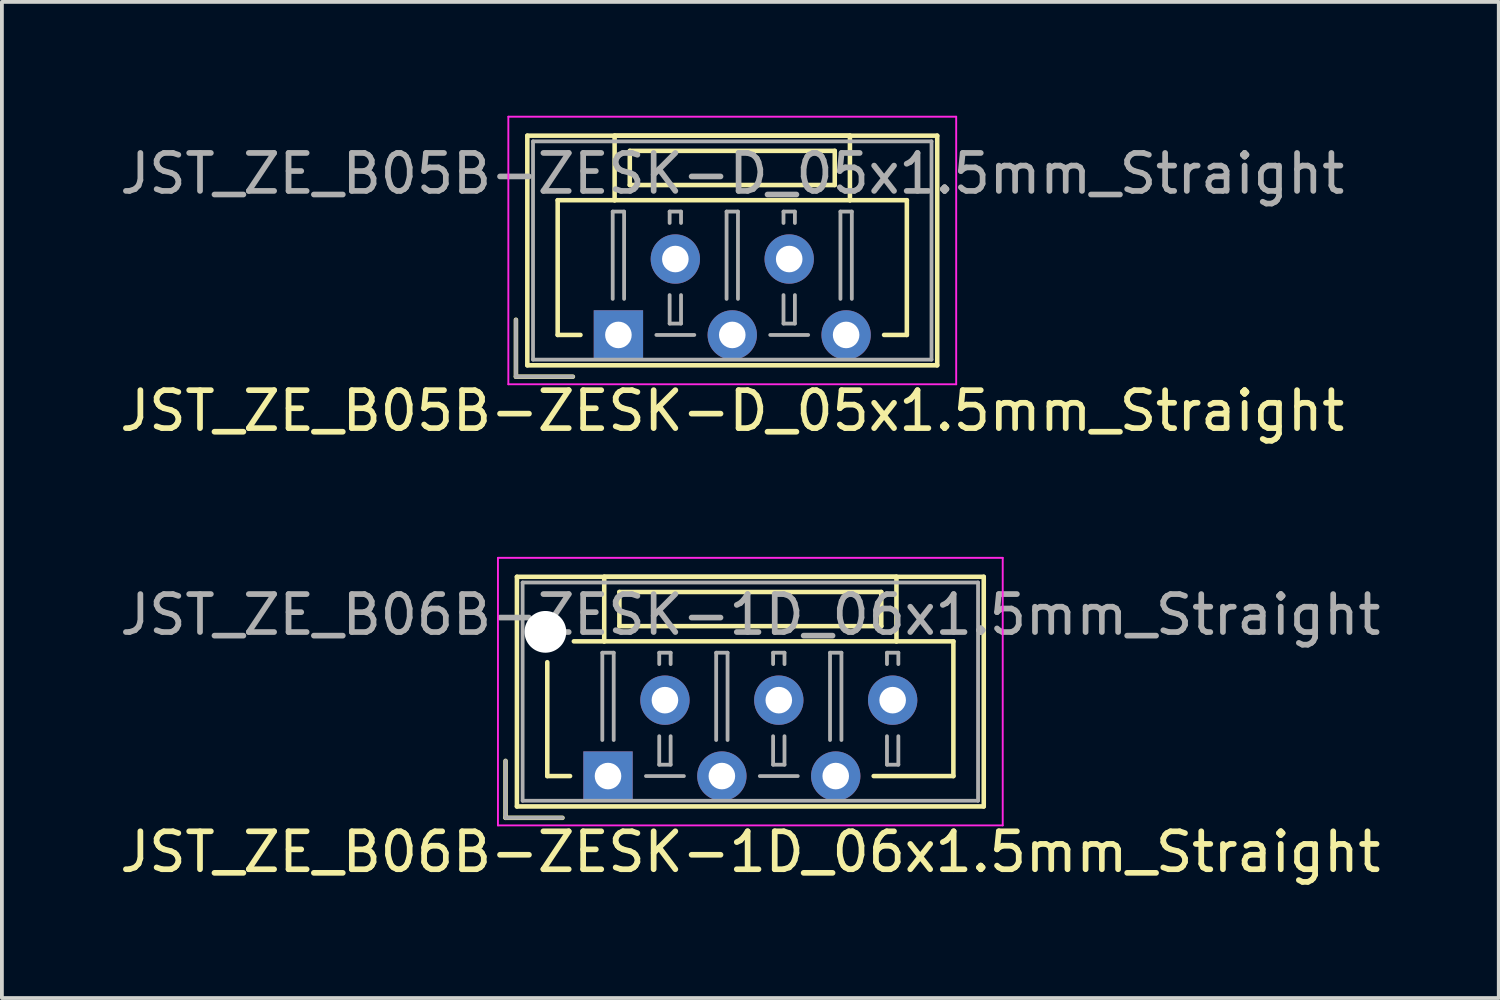
<source format=kicad_pcb>
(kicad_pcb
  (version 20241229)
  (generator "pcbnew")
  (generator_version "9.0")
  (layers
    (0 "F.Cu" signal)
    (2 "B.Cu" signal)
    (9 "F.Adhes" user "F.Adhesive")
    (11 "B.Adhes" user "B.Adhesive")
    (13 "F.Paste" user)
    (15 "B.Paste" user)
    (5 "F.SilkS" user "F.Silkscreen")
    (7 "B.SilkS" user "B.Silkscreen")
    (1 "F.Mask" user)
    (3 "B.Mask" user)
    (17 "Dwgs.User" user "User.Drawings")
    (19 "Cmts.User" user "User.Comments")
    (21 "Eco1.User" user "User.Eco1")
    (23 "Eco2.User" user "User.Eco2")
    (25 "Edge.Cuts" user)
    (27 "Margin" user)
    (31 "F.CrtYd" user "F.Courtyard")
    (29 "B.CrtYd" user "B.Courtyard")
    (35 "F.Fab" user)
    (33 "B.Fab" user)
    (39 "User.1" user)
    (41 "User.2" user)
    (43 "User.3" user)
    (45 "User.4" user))
  (footprint "JST_ZE_B06B-ZESK-1D_06x1.5mm_Straight"
    (layer "F.Cu")
    (at 12.97 17.398)
    (property "Reference" "JST_ZE_B06B-ZESK-1D_06x1.5mm_Straight" (at 3.75 2 0) (layer "F.SilkS") (effects (font (size 1 1) (thickness 0.15))))
    (attr through_hole)
    (fp_line (start -2.7 -0.4) (end -2.7 1.1) (stroke (width 0.12) (type solid)) (layer "F.SilkS"))
    (fp_line (start -2.7 1.1) (end -1.2 1.1) (stroke (width 0.12) (type solid)) (layer "F.SilkS"))
    (fp_line (start -2.4 -5.25) (end -2.4 0.8) (stroke (width 0.12) (type solid)) (layer "F.SilkS"))
    (fp_line (start -2.4 0.8) (end 9.9 0.8) (stroke (width 0.12) (type solid)) (layer "F.SilkS"))
    (fp_line (start -1.6 -3) (end -1.6 0) (stroke (width 0.12) (type solid)) (layer "F.SilkS"))
    (fp_line (start -1.6 0) (end -1 0) (stroke (width 0.12) (type solid)) (layer "F.SilkS"))
    (fp_line (start -0.1 -5.25) (end -0.1 -3.55) (stroke (width 0.12) (type solid)) (layer "F.SilkS"))
    (fp_line (start -0.1 -3.55) (end -0.9 -3.55) (stroke (width 0.12) (type solid)) (layer "F.SilkS"))
    (fp_line (start -0.1 -3.55) (end 7.6 -3.55) (stroke (width 0.12) (type solid)) (layer "F.SilkS"))
    (fp_line (start 0.3 -4.85) (end 0.3 -3.95) (stroke (width 0.12) (type solid)) (layer "F.SilkS"))
    (fp_line (start 0.3 -3.95) (end 7.2 -3.95) (stroke (width 0.12) (type solid)) (layer "F.SilkS"))
    (fp_line (start 7.2 -4.85) (end 0.3 -4.85) (stroke (width 0.12) (type solid)) (layer "F.SilkS"))
    (fp_line (start 7.2 -3.95) (end 7.2 -4.85) (stroke (width 0.12) (type solid)) (layer "F.SilkS"))
    (fp_line (start 7.6 -5.25) (end -0.1 -5.25) (stroke (width 0.12) (type solid)) (layer "F.SilkS"))
    (fp_line (start 7.6 -3.55) (end 7.6 -5.25) (stroke (width 0.12) (type solid)) (layer "F.SilkS"))
    (fp_line (start 7.6 -3.55) (end 9.1 -3.55) (stroke (width 0.12) (type solid)) (layer "F.SilkS"))
    (fp_line (start 9.1 -3.55) (end 9.1 0) (stroke (width 0.12) (type solid)) (layer "F.SilkS"))
    (fp_line (start 9.1 0) (end 7 0) (stroke (width 0.12) (type solid)) (layer "F.SilkS"))
    (fp_line (start 9.9 -5.25) (end -2.4 -5.25) (stroke (width 0.12) (type solid)) (layer "F.SilkS"))
    (fp_line (start 9.9 0.8) (end 9.9 -5.25) (stroke (width 0.12) (type solid)) (layer "F.SilkS"))
    (fp_line (start -2.9 -5.75) (end -2.9 1.3) (stroke (width 0.05) (type solid)) (layer "F.CrtYd"))
    (fp_line (start -2.9 1.3) (end 10.4 1.3) (stroke (width 0.05) (type solid)) (layer "F.CrtYd"))
    (fp_line (start 10.4 -5.75) (end -2.9 -5.75) (stroke (width 0.05) (type solid)) (layer "F.CrtYd"))
    (fp_line (start 10.4 1.3) (end 10.4 -5.75) (stroke (width 0.05) (type solid)) (layer "F.CrtYd"))
    (fp_line (start -2.7 -0.4) (end -2.7 1.1) (stroke (width 0.1) (type solid)) (layer "F.Fab"))
    (fp_line (start -2.7 1.1) (end -1.2 1.1) (stroke (width 0.1) (type solid)) (layer "F.Fab"))
    (fp_line (start -2.25 -5.1) (end -2.25 0.65) (stroke (width 0.1) (type solid)) (layer "F.Fab"))
    (fp_line (start -2.25 0.65) (end 9.75 0.65) (stroke (width 0.1) (type solid)) (layer "F.Fab"))
    (fp_line (start -0.15 -3.25) (end 0.15 -3.25) (stroke (width 0.1) (type solid)) (layer "F.Fab"))
    (fp_line (start -0.15 -0.95) (end -0.15 -3.25) (stroke (width 0.1) (type solid)) (layer "F.Fab"))
    (fp_line (start 0.15 -3.25) (end 0.15 -0.95) (stroke (width 0.1) (type solid)) (layer "F.Fab"))
    (fp_line (start 1 0) (end 2 0) (stroke (width 0.1) (type solid)) (layer "F.Fab"))
    (fp_line (start 1.35 -3.25) (end 1.65 -3.25) (stroke (width 0.1) (type solid)) (layer "F.Fab"))
    (fp_line (start 1.35 -2.95) (end 1.35 -3.25) (stroke (width 0.1) (type solid)) (layer "F.Fab"))
    (fp_line (start 1.35 -1.05) (end 1.35 -0.3) (stroke (width 0.1) (type solid)) (layer "F.Fab"))
    (fp_line (start 1.35 -0.3) (end 1.65 -0.3) (stroke (width 0.1) (type solid)) (layer "F.Fab"))
    (fp_line (start 1.65 -3.25) (end 1.65 -2.95) (stroke (width 0.1) (type solid)) (layer "F.Fab"))
    (fp_line (start 1.65 -0.3) (end 1.65 -1.05) (stroke (width 0.1) (type solid)) (layer "F.Fab"))
    (fp_line (start 2.85 -3.25) (end 3.15 -3.25) (stroke (width 0.1) (type solid)) (layer "F.Fab"))
    (fp_line (start 2.85 -0.95) (end 2.85 -3.25) (stroke (width 0.1) (type solid)) (layer "F.Fab"))
    (fp_line (start 3.15 -3.25) (end 3.15 -0.95) (stroke (width 0.1) (type solid)) (layer "F.Fab"))
    (fp_line (start 4 0) (end 5 0) (stroke (width 0.1) (type solid)) (layer "F.Fab"))
    (fp_line (start 4.35 -3.25) (end 4.65 -3.25) (stroke (width 0.1) (type solid)) (layer "F.Fab"))
    (fp_line (start 4.35 -2.95) (end 4.35 -3.25) (stroke (width 0.1) (type solid)) (layer "F.Fab"))
    (fp_line (start 4.35 -1.05) (end 4.35 -0.3) (stroke (width 0.1) (type solid)) (layer "F.Fab"))
    (fp_line (start 4.35 -0.3) (end 4.65 -0.3) (stroke (width 0.1) (type solid)) (layer "F.Fab"))
    (fp_line (start 4.65 -3.25) (end 4.65 -2.95) (stroke (width 0.1) (type solid)) (layer "F.Fab"))
    (fp_line (start 4.65 -0.3) (end 4.65 -1.05) (stroke (width 0.1) (type solid)) (layer "F.Fab"))
    (fp_line (start 5.85 -3.25) (end 6.15 -3.25) (stroke (width 0.1) (type solid)) (layer "F.Fab"))
    (fp_line (start 5.85 -0.95) (end 5.85 -3.25) (stroke (width 0.1) (type solid)) (layer "F.Fab"))
    (fp_line (start 6.15 -3.25) (end 6.15 -0.95) (stroke (width 0.1) (type solid)) (layer "F.Fab"))
    (fp_line (start 7.35 -3.25) (end 7.65 -3.25) (stroke (width 0.1) (type solid)) (layer "F.Fab"))
    (fp_line (start 7.35 -2.95) (end 7.35 -3.25) (stroke (width 0.1) (type solid)) (layer "F.Fab"))
    (fp_line (start 7.35 -1.05) (end 7.35 -0.3) (stroke (width 0.1) (type solid)) (layer "F.Fab"))
    (fp_line (start 7.35 -0.3) (end 7.65 -0.3) (stroke (width 0.1) (type solid)) (layer "F.Fab"))
    (fp_line (start 7.65 -3.25) (end 7.65 -2.95) (stroke (width 0.1) (type solid)) (layer "F.Fab"))
    (fp_line (start 7.65 -0.3) (end 7.65 -1.05) (stroke (width 0.1) (type solid)) (layer "F.Fab"))
    (fp_line (start 9.75 -5.1) (end -2.25 -5.1) (stroke (width 0.1) (type solid)) (layer "F.Fab"))
    (fp_line (start 9.75 0.65) (end 9.75 -5.1) (stroke (width 0.1) (type solid)) (layer "F.Fab"))
    (fp_text user "${REFERENCE}" (at 3.75 -4.25 0) (layer "F.Fab") (effects (font (size 1 1) (thickness 0.15))))
    (pad "" np_thru_hole circle (at -1.65 -3.8) (size 1.1 1.1) (drill 1.1) (layers "*.Cu"))
    (pad "1" thru_hole rect (at 0 0) (size 1.3 1.3) (drill 0.7) (layers "*.Cu" "*.Mask"))
    (pad "2" thru_hole circle (at 1.5 -2) (size 1.3 1.3) (drill 0.7) (layers "*.Cu" "*.Mask"))
    (pad "3" thru_hole circle (at 3 0) (size 1.3 1.3) (drill 0.7) (layers "*.Cu" "*.Mask"))
    (pad "4" thru_hole circle (at 4.5 -2) (size 1.3 1.3) (drill 0.7) (layers "*.Cu" "*.Mask"))
    (pad "5" thru_hole circle (at 6 0) (size 1.3 1.3) (drill 0.7) (layers "*.Cu" "*.Mask"))
    (pad "6" thru_hole circle (at 7.5 -2) (size 1.3 1.3) (drill 0.7) (layers "*.Cu" "*.Mask")))
  (footprint "JST_ZE_B05B-ZESK-D_05x1.5mm_Straight"
    (layer "F.Cu")
    (at 13.244 5.775)
    (property "Reference" "JST_ZE_B05B-ZESK-D_05x1.5mm_Straight" (at 3 2 0) (layer "F.SilkS") (effects (font (size 1 1) (thickness 0.15))))
    (attr through_hole)
    (fp_line (start -2.7 -0.4) (end -2.7 1.1) (stroke (width 0.12) (type solid)) (layer "F.SilkS"))
    (fp_line (start -2.7 1.1) (end -1.2 1.1) (stroke (width 0.12) (type solid)) (layer "F.SilkS"))
    (fp_line (start -2.4 -5.25) (end -2.4 0.8) (stroke (width 0.12) (type solid)) (layer "F.SilkS"))
    (fp_line (start -2.4 0.8) (end 8.4 0.8) (stroke (width 0.12) (type solid)) (layer "F.SilkS"))
    (fp_line (start -1.6 -3.55) (end -1.6 0) (stroke (width 0.12) (type solid)) (layer "F.SilkS"))
    (fp_line (start -1.6 0) (end -1 0) (stroke (width 0.12) (type solid)) (layer "F.SilkS"))
    (fp_line (start -0.1 -5.25) (end -0.1 -3.55) (stroke (width 0.12) (type solid)) (layer "F.SilkS"))
    (fp_line (start -0.1 -3.55) (end -1.6 -3.55) (stroke (width 0.12) (type solid)) (layer "F.SilkS"))
    (fp_line (start -0.1 -3.55) (end 6.1 -3.55) (stroke (width 0.12) (type solid)) (layer "F.SilkS"))
    (fp_line (start 0.3 -4.85) (end 0.3 -3.95) (stroke (width 0.12) (type solid)) (layer "F.SilkS"))
    (fp_line (start 0.3 -3.95) (end 5.7 -3.95) (stroke (width 0.12) (type solid)) (layer "F.SilkS"))
    (fp_line (start 5.7 -4.85) (end 0.3 -4.85) (stroke (width 0.12) (type solid)) (layer "F.SilkS"))
    (fp_line (start 5.7 -3.95) (end 5.7 -4.85) (stroke (width 0.12) (type solid)) (layer "F.SilkS"))
    (fp_line (start 6.1 -5.25) (end -0.1 -5.25) (stroke (width 0.12) (type solid)) (layer "F.SilkS"))
    (fp_line (start 6.1 -3.55) (end 6.1 -5.25) (stroke (width 0.12) (type solid)) (layer "F.SilkS"))
    (fp_line (start 6.1 -3.55) (end 7.6 -3.55) (stroke (width 0.12) (type solid)) (layer "F.SilkS"))
    (fp_line (start 7.6 -3.55) (end 7.6 0) (stroke (width 0.12) (type solid)) (layer "F.SilkS"))
    (fp_line (start 7.6 0) (end 7 0) (stroke (width 0.12) (type solid)) (layer "F.SilkS"))
    (fp_line (start 8.4 -5.25) (end -2.4 -5.25) (stroke (width 0.12) (type solid)) (layer "F.SilkS"))
    (fp_line (start 8.4 0.8) (end 8.4 -5.25) (stroke (width 0.12) (type solid)) (layer "F.SilkS"))
    (fp_line (start -2.9 -5.75) (end -2.9 1.3) (stroke (width 0.05) (type solid)) (layer "F.CrtYd"))
    (fp_line (start -2.9 1.3) (end 8.9 1.3) (stroke (width 0.05) (type solid)) (layer "F.CrtYd"))
    (fp_line (start 8.9 -5.75) (end -2.9 -5.75) (stroke (width 0.05) (type solid)) (layer "F.CrtYd"))
    (fp_line (start 8.9 1.3) (end 8.9 -5.75) (stroke (width 0.05) (type solid)) (layer "F.CrtYd"))
    (fp_line (start -2.7 -0.4) (end -2.7 1.1) (stroke (width 0.1) (type solid)) (layer "F.Fab"))
    (fp_line (start -2.7 1.1) (end -1.2 1.1) (stroke (width 0.1) (type solid)) (layer "F.Fab"))
    (fp_line (start -2.25 -5.1) (end -2.25 0.65) (stroke (width 0.1) (type solid)) (layer "F.Fab"))
    (fp_line (start -2.25 0.65) (end 8.25 0.65) (stroke (width 0.1) (type solid)) (layer "F.Fab"))
    (fp_line (start -0.15 -3.25) (end 0.15 -3.25) (stroke (width 0.1) (type solid)) (layer "F.Fab"))
    (fp_line (start -0.15 -0.95) (end -0.15 -3.25) (stroke (width 0.1) (type solid)) (layer "F.Fab"))
    (fp_line (start 0.15 -3.25) (end 0.15 -0.95) (stroke (width 0.1) (type solid)) (layer "F.Fab"))
    (fp_line (start 1 0) (end 2 0) (stroke (width 0.1) (type solid)) (layer "F.Fab"))
    (fp_line (start 1.35 -3.25) (end 1.65 -3.25) (stroke (width 0.1) (type solid)) (layer "F.Fab"))
    (fp_line (start 1.35 -2.95) (end 1.35 -3.25) (stroke (width 0.1) (type solid)) (layer "F.Fab"))
    (fp_line (start 1.35 -1.05) (end 1.35 -0.3) (stroke (width 0.1) (type solid)) (layer "F.Fab"))
    (fp_line (start 1.35 -0.3) (end 1.65 -0.3) (stroke (width 0.1) (type solid)) (layer "F.Fab"))
    (fp_line (start 1.65 -3.25) (end 1.65 -2.95) (stroke (width 0.1) (type solid)) (layer "F.Fab"))
    (fp_line (start 1.65 -0.3) (end 1.65 -1.05) (stroke (width 0.1) (type solid)) (layer "F.Fab"))
    (fp_line (start 2.85 -3.25) (end 3.15 -3.25) (stroke (width 0.1) (type solid)) (layer "F.Fab"))
    (fp_line (start 2.85 -0.95) (end 2.85 -3.25) (stroke (width 0.1) (type solid)) (layer "F.Fab"))
    (fp_line (start 3.15 -3.25) (end 3.15 -0.95) (stroke (width 0.1) (type solid)) (layer "F.Fab"))
    (fp_line (start 4 0) (end 5 0) (stroke (width 0.1) (type solid)) (layer "F.Fab"))
    (fp_line (start 4.35 -3.25) (end 4.65 -3.25) (stroke (width 0.1) (type solid)) (layer "F.Fab"))
    (fp_line (start 4.35 -2.95) (end 4.35 -3.25) (stroke (width 0.1) (type solid)) (layer "F.Fab"))
    (fp_line (start 4.35 -1.05) (end 4.35 -0.3) (stroke (width 0.1) (type solid)) (layer "F.Fab"))
    (fp_line (start 4.35 -0.3) (end 4.65 -0.3) (stroke (width 0.1) (type solid)) (layer "F.Fab"))
    (fp_line (start 4.65 -3.25) (end 4.65 -2.95) (stroke (width 0.1) (type solid)) (layer "F.Fab"))
    (fp_line (start 4.65 -0.3) (end 4.65 -1.05) (stroke (width 0.1) (type solid)) (layer "F.Fab"))
    (fp_line (start 5.85 -3.25) (end 6.15 -3.25) (stroke (width 0.1) (type solid)) (layer "F.Fab"))
    (fp_line (start 5.85 -0.95) (end 5.85 -3.25) (stroke (width 0.1) (type solid)) (layer "F.Fab"))
    (fp_line (start 6.15 -3.25) (end 6.15 -0.95) (stroke (width 0.1) (type solid)) (layer "F.Fab"))
    (fp_line (start 8.25 -5.1) (end -2.25 -5.1) (stroke (width 0.1) (type solid)) (layer "F.Fab"))
    (fp_line (start 8.25 0.65) (end 8.25 -5.1) (stroke (width 0.1) (type solid)) (layer "F.Fab"))
    (fp_text user "${REFERENCE}" (at 3 -4.25 0) (layer "F.Fab") (effects (font (size 1 1) (thickness 0.15))))
    (pad "1" thru_hole rect (at 0 0) (size 1.3 1.3) (drill 0.7) (layers "*.Cu" "*.Mask"))
    (pad "2" thru_hole circle (at 1.5 -2) (size 1.3 1.3) (drill 0.7) (layers "*.Cu" "*.Mask"))
    (pad "3" thru_hole circle (at 3 0) (size 1.3 1.3) (drill 0.7) (layers "*.Cu" "*.Mask"))
    (pad "4" thru_hole circle (at 4.5 -2) (size 1.3 1.3) (drill 0.7) (layers "*.Cu" "*.Mask"))
    (pad "5" thru_hole circle (at 6 0) (size 1.3 1.3) (drill 0.7) (layers "*.Cu" "*.Mask")))
  (gr_rect
    (start -3 -3)
    (end 36.44 23.247)
    (stroke (width 0.1) (type default))
    (fill no)
    (layer "Edge.Cuts")))
</source>
